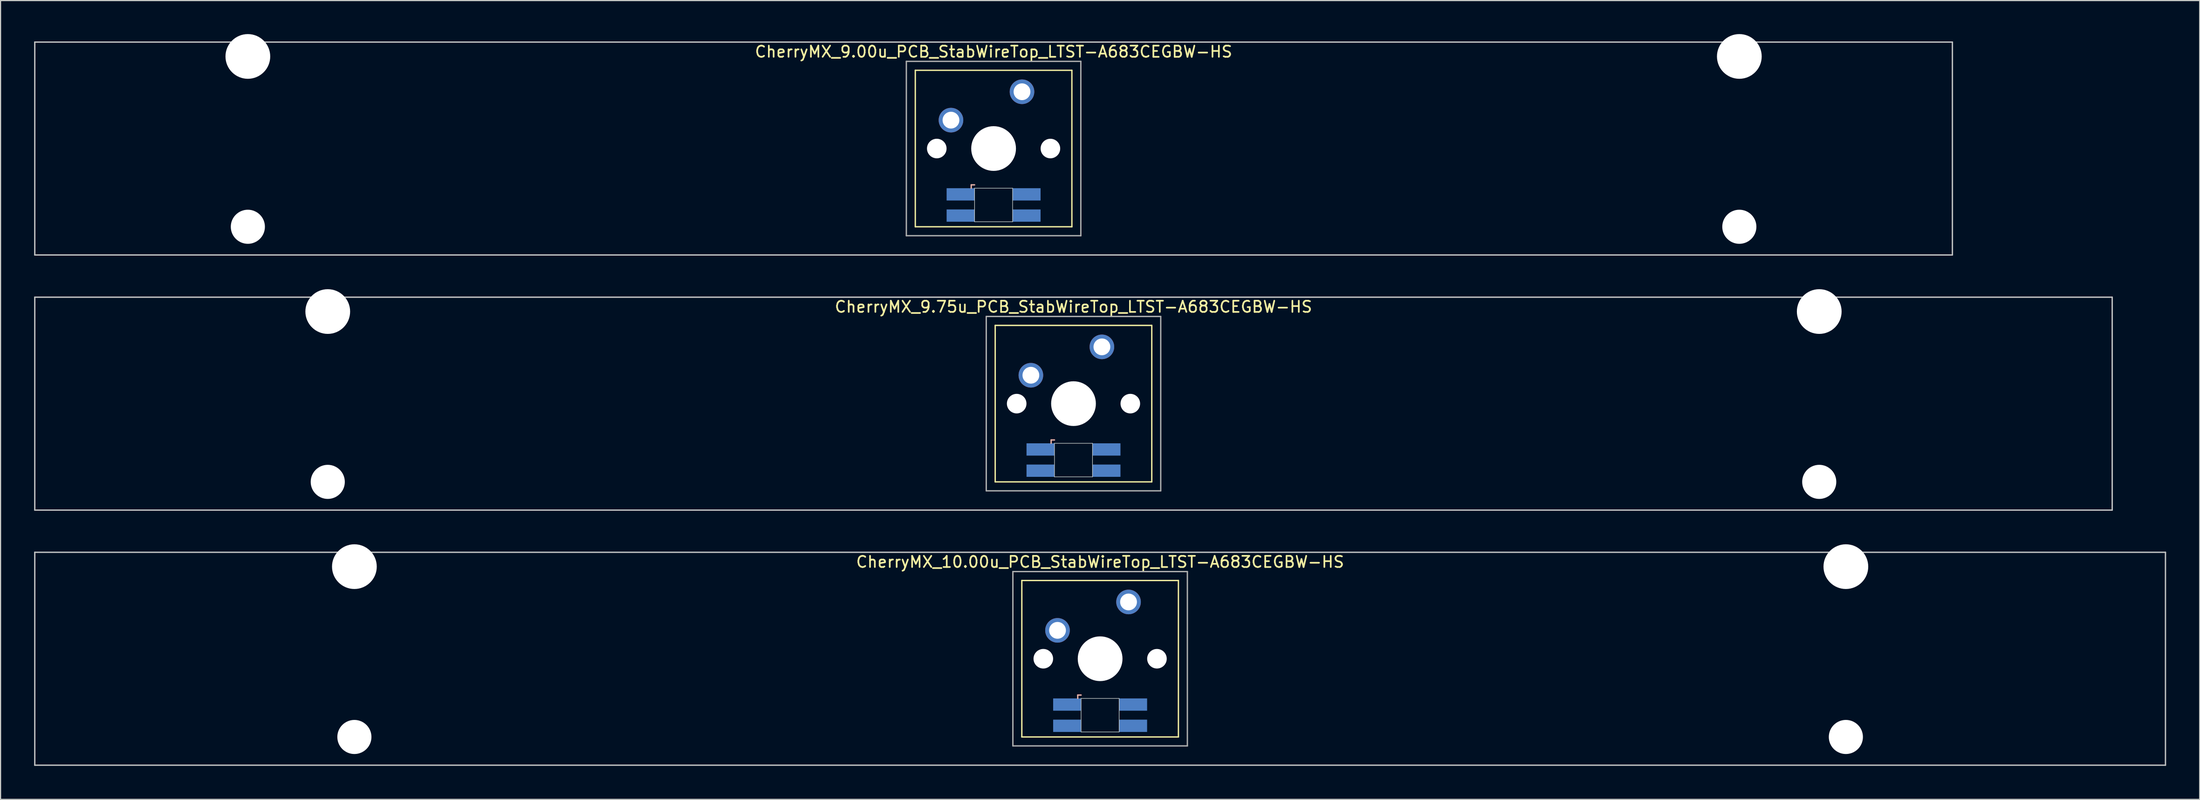
<source format=kicad_pcb>
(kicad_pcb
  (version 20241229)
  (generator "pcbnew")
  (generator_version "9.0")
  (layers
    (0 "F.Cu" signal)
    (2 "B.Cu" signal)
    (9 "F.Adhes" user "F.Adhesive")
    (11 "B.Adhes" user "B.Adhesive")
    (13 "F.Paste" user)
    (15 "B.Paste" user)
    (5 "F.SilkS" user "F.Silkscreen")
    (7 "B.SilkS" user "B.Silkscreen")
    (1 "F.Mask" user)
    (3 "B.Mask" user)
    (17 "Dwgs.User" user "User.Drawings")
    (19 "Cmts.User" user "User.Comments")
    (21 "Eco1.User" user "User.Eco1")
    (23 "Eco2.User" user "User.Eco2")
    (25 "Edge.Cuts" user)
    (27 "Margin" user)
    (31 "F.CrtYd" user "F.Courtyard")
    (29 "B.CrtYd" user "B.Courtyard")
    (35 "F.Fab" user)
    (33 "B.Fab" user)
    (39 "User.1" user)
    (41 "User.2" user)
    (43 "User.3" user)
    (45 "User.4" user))
  (footprint "CherryMX_9.75u_PCB_StabWireTop_LTST-A683CEGBW-HS"
    (layer "F.Cu")
    (at 92.929 33.065)
    (property "Reference" "CherryMX_9.75u_PCB_StabWireTop_LTST-A683CEGBW-HS" (at 0 -8.662 0) (layer "F.SilkS") (effects (font (size 1 1) (thickness 0.15))))
    (attr through_hole)
    (fp_line (start -7 -7) (end -7 7) (stroke (width 0.12) (type solid)) (layer "F.SilkS"))
    (fp_line (start -7 -7) (end 7 -7) (stroke (width 0.12) (type solid)) (layer "F.SilkS"))
    (fp_line (start 7 -7) (end 7 7) (stroke (width 0.12) (type solid)) (layer "F.SilkS"))
    (fp_line (start 7 7) (end -7 7) (stroke (width 0.12) (type solid)) (layer "F.SilkS"))
    (fp_line (start -2 3.25) (end -2 3.55) (stroke (width 0.12) (type solid)) (layer "B.SilkS"))
    (fp_line (start -1.7 3.25) (end -2 3.25) (stroke (width 0.12) (type solid)) (layer "B.SilkS"))
    (fp_line (start -92.869 -9.525) (end 92.869 -9.525) (stroke (width 0.12) (type solid)) (layer "Dwgs.User"))
    (fp_line (start -92.869 9.525) (end -92.869 -9.525) (stroke (width 0.12) (type solid)) (layer "Dwgs.User"))
    (fp_line (start 92.869 -9.525) (end 92.869 9.525) (stroke (width 0.12) (type solid)) (layer "Dwgs.User"))
    (fp_line (start 92.869 9.525) (end -92.869 9.525) (stroke (width 0.12) (type solid)) (layer "Dwgs.User"))
    (fp_line (start -1.7 3.55) (end 1.7 3.55) (stroke (width 0.05) (type solid)) (layer "Edge.Cuts"))
    (fp_line (start -1.7 6.55) (end -1.7 3.55) (stroke (width 0.05) (type solid)) (layer "Edge.Cuts"))
    (fp_line (start 1.7 3.55) (end 1.7 6.55) (stroke (width 0.05) (type solid)) (layer "Edge.Cuts"))
    (fp_line (start 1.7 6.55) (end -1.7 6.55) (stroke (width 0.05) (type solid)) (layer "Edge.Cuts"))
    (fp_line (start -7.8 -7.8) (end -7.8 7.8) (stroke (width 0.12) (type solid)) (layer "F.Fab"))
    (fp_line (start -7.8 -7.8) (end 7.8 -7.8) (stroke (width 0.12) (type solid)) (layer "F.Fab"))
    (fp_line (start -7.8 7.8) (end 7.8 7.8) (stroke (width 0.12) (type solid)) (layer "F.Fab"))
    (fp_line (start 7.8 -7.8) (end 7.8 7.8) (stroke (width 0.12) (type solid)) (layer "F.Fab"))
    (pad "" np_thru_hole circle (at -66.675 -8.24) (size 4 4) (drill 4) (layers "*.Cu" "*.Mask"))
    (pad "" np_thru_hole circle (at -66.675 7) (size 3.05 3.05) (drill 3.05) (layers "*.Cu" "*.Mask"))
    (pad "" np_thru_hole circle (at -5.08 0) (size 1.75 1.75) (drill 1.75) (layers "*.Cu" "*.Mask"))
    (pad "" np_thru_hole circle (at 0 0) (size 4 4) (drill 4) (layers "*.Cu" "*.Mask"))
    (pad "" np_thru_hole circle (at 5.08 0) (size 1.75 1.75) (drill 1.75) (layers "*.Cu" "*.Mask"))
    (pad "" np_thru_hole circle (at 66.675 -8.24) (size 4 4) (drill 4) (layers "*.Cu" "*.Mask"))
    (pad "" np_thru_hole circle (at 66.675 7) (size 3.05 3.05) (drill 3.05) (layers "*.Cu" "*.Mask"))
    (pad "1" thru_hole circle (at -3.81 -2.54) (size 2.2 2.2) (drill 1.5) (layers "*.Cu" "*.Mask"))
    (pad "2" thru_hole circle (at 2.54 -5.08) (size 2.2 2.2) (drill 1.5) (layers "*.Cu" "*.Mask"))
    (pad "3" smd rect (at -2.95 4.1) (size 2.5 1.1) (layers "B.Cu" "B.Mask" "B.Paste"))
    (pad "4" smd rect (at -2.95 6) (size 2.5 1.1) (layers "B.Cu" "B.Mask" "B.Paste"))
    (pad "5" smd rect (at 2.95 4.1) (size 2.5 1.1) (layers "B.Cu" "B.Mask" "B.Paste"))
    (pad "6" smd rect (at 2.95 6) (size 2.5 1.1) (layers "B.Cu" "B.Mask" "B.Paste")))
  (footprint "CherryMX_9.00u_PCB_StabWireTop_LTST-A683CEGBW-HS"
    (layer "F.Cu")
    (at 85.785 10.24)
    (property "Reference" "CherryMX_9.00u_PCB_StabWireTop_LTST-A683CEGBW-HS" (at 0 -8.662 0) (layer "F.SilkS") (effects (font (size 1 1) (thickness 0.15))))
    (attr through_hole)
    (fp_line (start -7 -7) (end -7 7) (stroke (width 0.12) (type solid)) (layer "F.SilkS"))
    (fp_line (start -7 -7) (end 7 -7) (stroke (width 0.12) (type solid)) (layer "F.SilkS"))
    (fp_line (start 7 -7) (end 7 7) (stroke (width 0.12) (type solid)) (layer "F.SilkS"))
    (fp_line (start 7 7) (end -7 7) (stroke (width 0.12) (type solid)) (layer "F.SilkS"))
    (fp_line (start -2 3.25) (end -2 3.55) (stroke (width 0.12) (type solid)) (layer "B.SilkS"))
    (fp_line (start -1.7 3.25) (end -2 3.25) (stroke (width 0.12) (type solid)) (layer "B.SilkS"))
    (fp_line (start -85.725 -9.525) (end 85.725 -9.525) (stroke (width 0.12) (type solid)) (layer "Dwgs.User"))
    (fp_line (start -85.725 9.525) (end -85.725 -9.525) (stroke (width 0.12) (type solid)) (layer "Dwgs.User"))
    (fp_line (start 85.725 -9.525) (end 85.725 9.525) (stroke (width 0.12) (type solid)) (layer "Dwgs.User"))
    (fp_line (start 85.725 9.525) (end -85.725 9.525) (stroke (width 0.12) (type solid)) (layer "Dwgs.User"))
    (fp_line (start -1.7 3.55) (end 1.7 3.55) (stroke (width 0.05) (type solid)) (layer "Edge.Cuts"))
    (fp_line (start -1.7 6.55) (end -1.7 3.55) (stroke (width 0.05) (type solid)) (layer "Edge.Cuts"))
    (fp_line (start 1.7 3.55) (end 1.7 6.55) (stroke (width 0.05) (type solid)) (layer "Edge.Cuts"))
    (fp_line (start 1.7 6.55) (end -1.7 6.55) (stroke (width 0.05) (type solid)) (layer "Edge.Cuts"))
    (fp_line (start -7.8 -7.8) (end -7.8 7.8) (stroke (width 0.12) (type solid)) (layer "F.Fab"))
    (fp_line (start -7.8 -7.8) (end 7.8 -7.8) (stroke (width 0.12) (type solid)) (layer "F.Fab"))
    (fp_line (start -7.8 7.8) (end 7.8 7.8) (stroke (width 0.12) (type solid)) (layer "F.Fab"))
    (fp_line (start 7.8 -7.8) (end 7.8 7.8) (stroke (width 0.12) (type solid)) (layer "F.Fab"))
    (pad "" np_thru_hole circle (at -66.675 -8.24) (size 4 4) (drill 4) (layers "*.Cu" "*.Mask"))
    (pad "" np_thru_hole circle (at -66.675 7) (size 3.05 3.05) (drill 3.05) (layers "*.Cu" "*.Mask"))
    (pad "" np_thru_hole circle (at -5.08 0) (size 1.75 1.75) (drill 1.75) (layers "*.Cu" "*.Mask"))
    (pad "" np_thru_hole circle (at 0 0) (size 4 4) (drill 4) (layers "*.Cu" "*.Mask"))
    (pad "" np_thru_hole circle (at 5.08 0) (size 1.75 1.75) (drill 1.75) (layers "*.Cu" "*.Mask"))
    (pad "" np_thru_hole circle (at 66.675 -8.24) (size 4 4) (drill 4) (layers "*.Cu" "*.Mask"))
    (pad "" np_thru_hole circle (at 66.675 7) (size 3.05 3.05) (drill 3.05) (layers "*.Cu" "*.Mask"))
    (pad "1" thru_hole circle (at -3.81 -2.54) (size 2.2 2.2) (drill 1.5) (layers "*.Cu" "*.Mask"))
    (pad "2" thru_hole circle (at 2.54 -5.08) (size 2.2 2.2) (drill 1.5) (layers "*.Cu" "*.Mask"))
    (pad "3" smd rect (at -2.95 4.1) (size 2.5 1.1) (layers "B.Cu" "B.Mask" "B.Paste"))
    (pad "4" smd rect (at -2.95 6) (size 2.5 1.1) (layers "B.Cu" "B.Mask" "B.Paste"))
    (pad "5" smd rect (at 2.95 4.1) (size 2.5 1.1) (layers "B.Cu" "B.Mask" "B.Paste"))
    (pad "6" smd rect (at 2.95 6) (size 2.5 1.1) (layers "B.Cu" "B.Mask" "B.Paste")))
  (footprint "CherryMX_10.00u_PCB_StabWireTop_LTST-A683CEGBW-HS"
    (layer "F.Cu")
    (at 95.31 55.89)
    (property "Reference" "CherryMX_10.00u_PCB_StabWireTop_LTST-A683CEGBW-HS" (at 0 -8.662 0) (layer "F.SilkS") (effects (font (size 1 1) (thickness 0.15))))
    (attr through_hole)
    (fp_line (start -7 -7) (end -7 7) (stroke (width 0.12) (type solid)) (layer "F.SilkS"))
    (fp_line (start -7 -7) (end 7 -7) (stroke (width 0.12) (type solid)) (layer "F.SilkS"))
    (fp_line (start 7 -7) (end 7 7) (stroke (width 0.12) (type solid)) (layer "F.SilkS"))
    (fp_line (start 7 7) (end -7 7) (stroke (width 0.12) (type solid)) (layer "F.SilkS"))
    (fp_line (start -2 3.25) (end -2 3.55) (stroke (width 0.12) (type solid)) (layer "B.SilkS"))
    (fp_line (start -1.7 3.25) (end -2 3.25) (stroke (width 0.12) (type solid)) (layer "B.SilkS"))
    (fp_line (start -95.25 -9.525) (end 95.25 -9.525) (stroke (width 0.12) (type solid)) (layer "Dwgs.User"))
    (fp_line (start -95.25 9.525) (end -95.25 -9.525) (stroke (width 0.12) (type solid)) (layer "Dwgs.User"))
    (fp_line (start 95.25 -9.525) (end 95.25 9.525) (stroke (width 0.12) (type solid)) (layer "Dwgs.User"))
    (fp_line (start 95.25 9.525) (end -95.25 9.525) (stroke (width 0.12) (type solid)) (layer "Dwgs.User"))
    (fp_line (start -1.7 3.55) (end 1.7 3.55) (stroke (width 0.05) (type solid)) (layer "Edge.Cuts"))
    (fp_line (start -1.7 6.55) (end -1.7 3.55) (stroke (width 0.05) (type solid)) (layer "Edge.Cuts"))
    (fp_line (start 1.7 3.55) (end 1.7 6.55) (stroke (width 0.05) (type solid)) (layer "Edge.Cuts"))
    (fp_line (start 1.7 6.55) (end -1.7 6.55) (stroke (width 0.05) (type solid)) (layer "Edge.Cuts"))
    (fp_line (start -7.8 -7.8) (end -7.8 7.8) (stroke (width 0.12) (type solid)) (layer "F.Fab"))
    (fp_line (start -7.8 -7.8) (end 7.8 -7.8) (stroke (width 0.12) (type solid)) (layer "F.Fab"))
    (fp_line (start -7.8 7.8) (end 7.8 7.8) (stroke (width 0.12) (type solid)) (layer "F.Fab"))
    (fp_line (start 7.8 -7.8) (end 7.8 7.8) (stroke (width 0.12) (type solid)) (layer "F.Fab"))
    (pad "" np_thru_hole circle (at -66.675 -8.24) (size 4 4) (drill 4) (layers "*.Cu" "*.Mask"))
    (pad "" np_thru_hole circle (at -66.675 7) (size 3.05 3.05) (drill 3.05) (layers "*.Cu" "*.Mask"))
    (pad "" np_thru_hole circle (at -5.08 0) (size 1.75 1.75) (drill 1.75) (layers "*.Cu" "*.Mask"))
    (pad "" np_thru_hole circle (at 0 0) (size 4 4) (drill 4) (layers "*.Cu" "*.Mask"))
    (pad "" np_thru_hole circle (at 5.08 0) (size 1.75 1.75) (drill 1.75) (layers "*.Cu" "*.Mask"))
    (pad "" np_thru_hole circle (at 66.675 -8.24) (size 4 4) (drill 4) (layers "*.Cu" "*.Mask"))
    (pad "" np_thru_hole circle (at 66.675 7) (size 3.05 3.05) (drill 3.05) (layers "*.Cu" "*.Mask"))
    (pad "1" thru_hole circle (at -3.81 -2.54) (size 2.2 2.2) (drill 1.5) (layers "*.Cu" "*.Mask"))
    (pad "2" thru_hole circle (at 2.54 -5.08) (size 2.2 2.2) (drill 1.5) (layers "*.Cu" "*.Mask"))
    (pad "3" smd rect (at -2.95 4.1) (size 2.5 1.1) (layers "B.Cu" "B.Mask" "B.Paste"))
    (pad "4" smd rect (at -2.95 6) (size 2.5 1.1) (layers "B.Cu" "B.Mask" "B.Paste"))
    (pad "5" smd rect (at 2.95 4.1) (size 2.5 1.1) (layers "B.Cu" "B.Mask" "B.Paste"))
    (pad "6" smd rect (at 2.95 6) (size 2.5 1.1) (layers "B.Cu" "B.Mask" "B.Paste")))
  (gr_rect
    (start -3 -3)
    (end 193.62 68.475)
    (stroke (width 0.1) (type default))
    (fill no)
    (layer "Edge.Cuts")))
</source>
